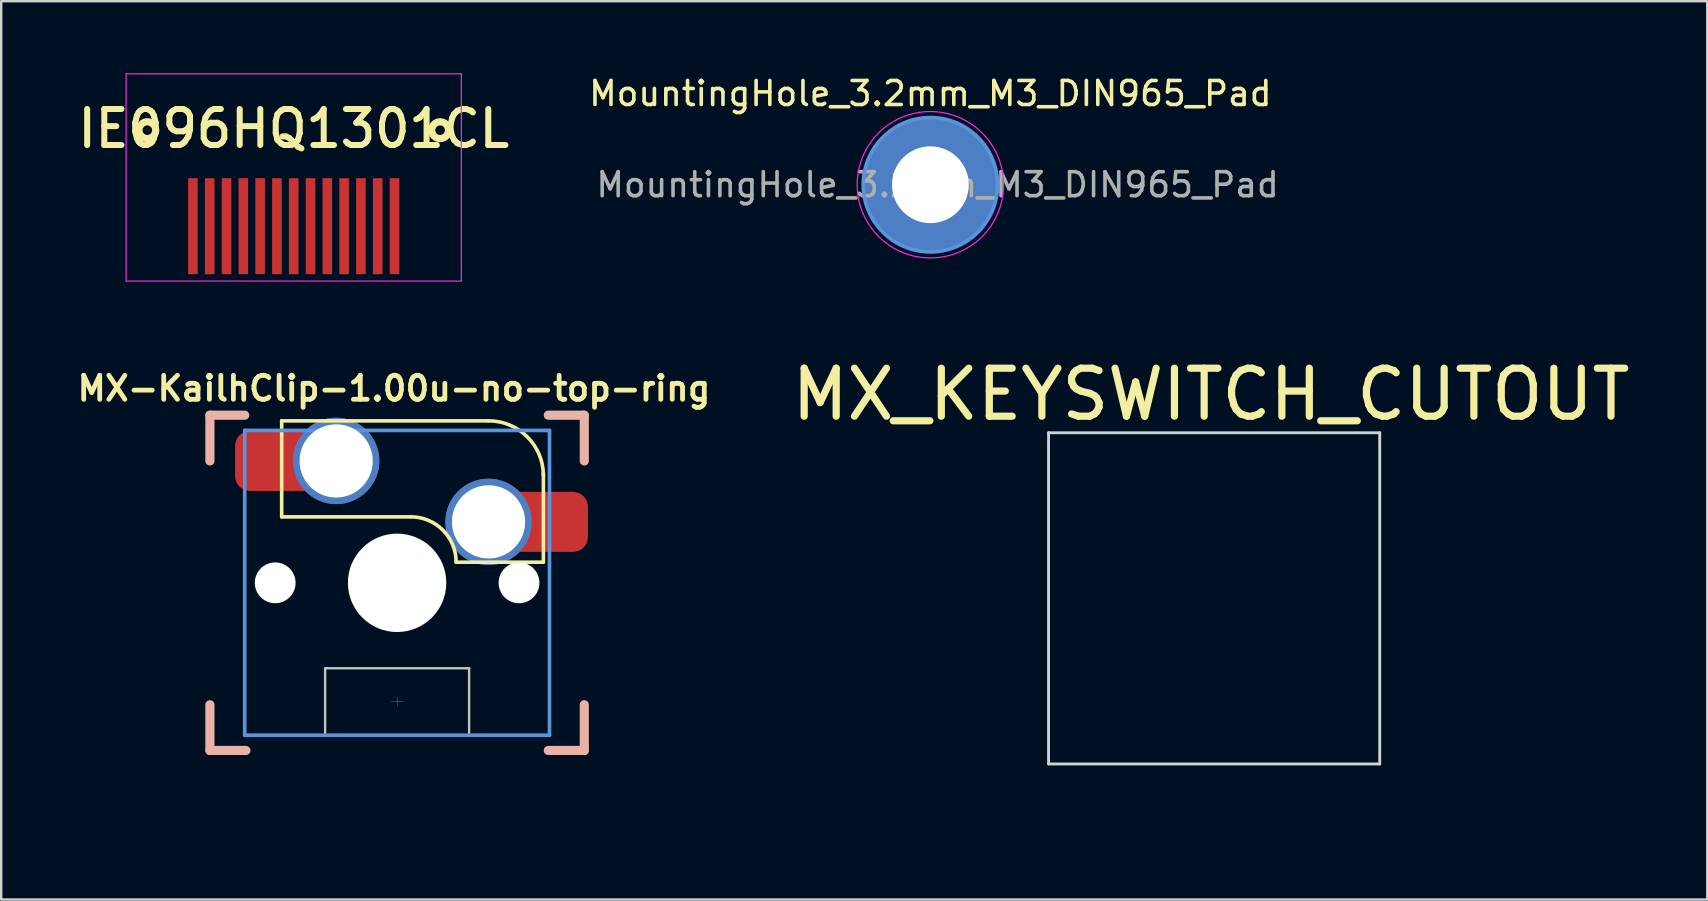
<source format=kicad_pcb>
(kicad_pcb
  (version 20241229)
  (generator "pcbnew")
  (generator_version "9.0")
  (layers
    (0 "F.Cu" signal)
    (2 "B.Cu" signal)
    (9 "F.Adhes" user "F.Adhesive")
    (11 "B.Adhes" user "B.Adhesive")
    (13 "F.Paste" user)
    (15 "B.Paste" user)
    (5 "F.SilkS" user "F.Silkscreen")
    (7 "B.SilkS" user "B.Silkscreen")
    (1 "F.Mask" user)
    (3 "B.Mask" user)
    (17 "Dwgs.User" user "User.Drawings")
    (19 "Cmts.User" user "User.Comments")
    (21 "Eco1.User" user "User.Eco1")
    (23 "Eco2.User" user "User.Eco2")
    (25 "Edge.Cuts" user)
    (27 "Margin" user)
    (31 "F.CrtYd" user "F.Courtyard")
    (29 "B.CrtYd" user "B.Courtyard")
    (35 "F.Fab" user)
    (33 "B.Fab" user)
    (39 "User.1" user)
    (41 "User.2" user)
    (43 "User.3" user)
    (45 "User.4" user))
  (footprint "IE096HQ1301CL"
    (layer "F.Cu")
    (at 9.189 6.375)
    (property "Reference" "IE096HQ1301CL" (at 0 -4.064 0) (layer "F.SilkS") (effects (font (size 1.5 1.5) (thickness 0.25))))
    (attr through_hole)
    (fp_circle (center -6.1 -4) (end -5.75 -4) (stroke (width 0.3) (type solid)) (fill no) (layer "F.SilkS"))
    (fp_circle (center 6.1 -4) (end 6.45 -4) (stroke (width 0.3) (type solid)) (fill no) (layer "F.SilkS"))
    (fp_line (start -6.985 -6.35) (end 6.985 -6.35) (stroke (width 0.05) (type solid)) (layer "F.CrtYd"))
    (fp_line (start -6.985 2.286) (end -6.985 -6.35) (stroke (width 0.05) (type solid)) (layer "F.CrtYd"))
    (fp_line (start -6.985 2.286) (end 6.985 2.286) (stroke (width 0.05) (type solid)) (layer "F.CrtYd"))
    (fp_line (start 6.985 -6.35) (end 6.985 2.286) (stroke (width 0.05) (type solid)) (layer "F.CrtYd"))
    (pad "1" smd rect (at -4.2 0) (size 0.4 4) (layers "F.Cu" "F.Mask" "F.Paste"))
    (pad "2" smd rect (at -3.5 0) (size 0.4 4) (layers "F.Cu" "F.Mask" "F.Paste"))
    (pad "3" smd rect (at -2.8 0) (size 0.4 4) (layers "F.Cu" "F.Mask" "F.Paste"))
    (pad "4" smd rect (at -2.1 0) (size 0.4 4) (layers "F.Cu" "F.Mask" "F.Paste"))
    (pad "5" smd rect (at -1.4 0) (size 0.4 4) (layers "F.Cu" "F.Mask" "F.Paste"))
    (pad "6" smd rect (at -0.7 0) (size 0.4 4) (layers "F.Cu" "F.Mask" "F.Paste"))
    (pad "7" smd rect (at 0 0) (size 0.4 4) (layers "F.Cu" "F.Mask" "F.Paste"))
    (pad "8" smd rect (at 0.7 0) (size 0.4 4) (layers "F.Cu" "F.Mask" "F.Paste"))
    (pad "9" smd rect (at 1.4 0) (size 0.4 4) (layers "F.Cu" "F.Mask" "F.Paste"))
    (pad "10" smd rect (at 2.1 0) (size 0.4 4) (layers "F.Cu" "F.Mask" "F.Paste"))
    (pad "11" smd rect (at 2.8 0) (size 0.4 4) (layers "F.Cu" "F.Mask" "F.Paste"))
    (pad "12" smd rect (at 3.5 0) (size 0.4 4) (layers "F.Cu" "F.Mask" "F.Paste"))
    (pad "13" smd rect (at 4.2 0) (size 0.4 4) (layers "F.Cu" "F.Mask" "F.Paste")))
  (footprint "MX-KailhClip-1.00u-no-top-ring"
    (layer "F.Cu")
    (at 13.497 21.236)
    (property "Reference" "MX-KailhClip-1.00u-no-top-ring" (at -0.13 -8.1 0) (layer "F.SilkS") (effects (font (size 1 1) (thickness 0.2))))
    (attr smd)
    (fp_line (start -4.81 -6.75) (end -4.81 -2.75) (stroke (width 0.15) (type solid)) (layer "F.SilkS"))
    (fp_line (start -4.81 -6.75) (end 3.81 -6.75) (stroke (width 0.15) (type solid)) (layer "F.SilkS"))
    (fp_line (start -4.81 -2.75) (end 0.55 -2.75) (stroke (width 0.15) (type solid)) (layer "F.SilkS"))
    (fp_line (start 6.088 -0.86) (end 2.46 -0.86) (stroke (width 0.15) (type solid)) (layer "F.SilkS"))
    (fp_line (start 6.096 -4.572) (end 6.096 -0.86) (stroke (width 0.15) (type solid)) (layer "F.SilkS"))
    (fp_arc (start 0.57 -2.75) (mid 1.906432 -2.196432) (end 2.46 -0.86) (stroke (width 0.15) (type solid)) (layer "F.SilkS"))
    (fp_arc (start 3.81 -6.751) (mid 5.426446 -6.081446) (end 6.096 -4.465) (stroke (width 0.15) (type solid)) (layer "F.SilkS"))
    (fp_line (start -7.8 -6.985) (end -6.35 -6.985) (stroke (width 0.381) (type solid)) (layer "B.SilkS"))
    (fp_line (start -7.8 -5.08) (end -7.8 -6.985) (stroke (width 0.381) (type solid)) (layer "B.SilkS"))
    (fp_line (start -7.8 6.985) (end -7.8 5.08) (stroke (width 0.381) (type solid)) (layer "B.SilkS"))
    (fp_line (start -6.3 6.985) (end -7.8 6.985) (stroke (width 0.381) (type solid)) (layer "B.SilkS"))
    (fp_line (start 6.3 -6.985) (end 7.8 -6.985) (stroke (width 0.381) (type solid)) (layer "B.SilkS"))
    (fp_line (start 7.8 -6.985) (end 7.8 -5.08) (stroke (width 0.381) (type solid)) (layer "B.SilkS"))
    (fp_line (start 7.8 5.08) (end 7.8 6.985) (stroke (width 0.381) (type solid)) (layer "B.SilkS"))
    (fp_line (start 7.8 6.985) (end 6.3 6.985) (stroke (width 0.381) (type solid)) (layer "B.SilkS"))
    (fp_line (start -9.55 0) (end -9.5 -0.1) (stroke (width 0.001) (type solid)) (layer "Dwgs.User"))
    (fp_line (start -9.55 0) (end -9.5 0.1) (stroke (width 0.001) (type solid)) (layer "Dwgs.User"))
    (fp_line (start -9.5 -9.5) (end 9.5 -9.5) (stroke (width 0.001) (type solid)) (layer "Dwgs.User"))
    (fp_line (start -9.5 0) (end -9.55 0) (stroke (width 0.001) (type solid)) (layer "Dwgs.User"))
    (fp_line (start -9.5 9.5) (end -9.5 -9.5) (stroke (width 0.001) (type solid)) (layer "Dwgs.User"))
    (fp_line (start -3 3.56) (end -3 6.36) (stroke (width 0.1) (type solid)) (layer "Dwgs.User"))
    (fp_line (start -3 3.56) (end 3 3.56) (stroke (width 0.1) (type solid)) (layer "Dwgs.User"))
    (fp_line (start -0.25 4.96) (end 0.25 4.96) (stroke (width 0.01) (type solid)) (layer "Dwgs.User"))
    (fp_line (start 0 -9.55) (end -0.1 -9.5) (stroke (width 0.001) (type solid)) (layer "Dwgs.User"))
    (fp_line (start 0 -9.55) (end 0.1 -9.5) (stroke (width 0.001) (type solid)) (layer "Dwgs.User"))
    (fp_line (start 0 -9.5) (end 0 -9.55) (stroke (width 0.001) (type solid)) (layer "Dwgs.User"))
    (fp_line (start 0 5.16) (end 0 4.76) (stroke (width 0.01) (type solid)) (layer "Dwgs.User"))
    (fp_line (start 0 9.5) (end 0 9.55) (stroke (width 0.001) (type solid)) (layer "Dwgs.User"))
    (fp_line (start 0 9.55) (end -0.1 9.5) (stroke (width 0.001) (type solid)) (layer "Dwgs.User"))
    (fp_line (start 0 9.55) (end 0.1 9.5) (stroke (width 0.001) (type solid)) (layer "Dwgs.User"))
    (fp_line (start 3 3.56) (end 3 6.36) (stroke (width 0.1) (type solid)) (layer "Dwgs.User"))
    (fp_line (start 3 6.36) (end -3 6.36) (stroke (width 0.1) (type solid)) (layer "Dwgs.User"))
    (fp_line (start 9.5 -9.5) (end 9.5 9.5) (stroke (width 0.001) (type solid)) (layer "Dwgs.User"))
    (fp_line (start 9.5 0) (end 9.55 0) (stroke (width 0.001) (type solid)) (layer "Dwgs.User"))
    (fp_line (start 9.5 9.5) (end -9.5 9.5) (stroke (width 0.001) (type solid)) (layer "Dwgs.User"))
    (fp_line (start 9.55 0) (end 9.5 -0.1) (stroke (width 0.001) (type solid)) (layer "Dwgs.User"))
    (fp_line (start 9.55 0) (end 9.5 0.1) (stroke (width 0.001) (type solid)) (layer "Dwgs.User"))
    (fp_line (start -6.35 -6.35) (end 6.35 -6.35) (stroke (width 0.152) (type solid)) (layer "Cmts.User"))
    (fp_line (start -6.35 6.35) (end -6.35 -6.35) (stroke (width 0.152) (type solid)) (layer "Cmts.User"))
    (fp_line (start 0 1) (end 0 -1) (stroke (width 0.001) (type solid)) (layer "Cmts.User"))
    (fp_line (start 1 0) (end -1 0) (stroke (width 0.001) (type solid)) (layer "Cmts.User"))
    (fp_line (start 6.35 -6.35) (end 6.35 6.35) (stroke (width 0.152) (type solid)) (layer "Cmts.User"))
    (fp_line (start 6.35 6.35) (end -6.35 6.35) (stroke (width 0.152) (type solid)) (layer "Cmts.User"))
    (fp_line (start -7.8 -6.985) (end 7.8 -6.985) (stroke (width 0.152) (type solid)) (layer "Eco1.User"))
    (fp_line (start -7.8 6.985) (end -7.8 -6.985) (stroke (width 0.152) (type solid)) (layer "Eco1.User"))
    (fp_line (start 7.8 -6.985) (end 7.8 6.985) (stroke (width 0.152) (type solid)) (layer "Eco1.User"))
    (fp_line (start 7.8 6.985) (end -7.8 6.985) (stroke (width 0.152) (type solid)) (layer "Eco1.User"))
    (fp_line (start -7 -7) (end 7 -7) (stroke (width 0.01) (type solid)) (layer "Eco2.User"))
    (fp_line (start -7 7) (end -7 -7) (stroke (width 0.01) (type solid)) (layer "Eco2.User"))
    (fp_line (start 7 -7) (end 7 7) (stroke (width 0.01) (type solid)) (layer "Eco2.User"))
    (fp_line (start 7 7) (end -7 7) (stroke (width 0.01) (type solid)) (layer "Eco2.User"))
    (pad "" np_thru_hole circle (at -5.08 0) (size 1.7 1.7) (drill 1.7) (layers "*.Cu" "*.Mask"))
    (pad "" np_thru_hole circle (at 0 0) (size 4.1 4.1) (drill 4.1) (layers "*.Cu" "*.Mask"))
    (pad "" np_thru_hole circle (at 5.08 0) (size 1.7 1.7) (drill 1.7) (layers "*.Cu" "*.Mask"))
    (pad "1" smd roundrect (at -5.7 -5.075) (size 2.05 2.4) (layers "F.Cu" "F.Mask" "F.Paste") (roundrect_rratio 0.25))
    (pad "1" smd roundrect (at -5 -5.08) (size 3.5 2.5) (layers "F.Cu") (roundrect_rratio 0.25))
    (pad "1" thru_hole circle (at -2.54 -5.08) (size 3.6 3.6) (drill 3.05) (layers "*.Cu" "F.Mask"))
    (pad "2" thru_hole circle (at 3.81 -2.54) (size 3.6 3.6) (drill 3.05) (layers "*.Cu" "F.Mask"))
    (pad "2" smd roundrect (at 6.2 -2.54) (size 3.5 2.5) (layers "F.Cu") (roundrect_rratio 0.25))
    (pad "2" smd roundrect (at 6.9 -2.54) (size 2.05 2.4) (layers "F.Cu" "F.Mask" "F.Paste") (roundrect_rratio 0.25)))
  (footprint "MX_KEYSWITCH_CUTOUT"
    (layer "F.Cu")
    (at 47.542 21.883)
    (property "Reference" "MX_KEYSWITCH_CUTOUT" (at -0.13 -8.5 0) (layer "F.SilkS") (effects (font (size 2 2) (thickness 0.3))))
    (attr smd)
    (fp_line (start -9.55 0) (end -9.5 -0.1) (stroke (width 0.001) (type solid)) (layer "Dwgs.User"))
    (fp_line (start -9.55 0) (end -9.5 0.1) (stroke (width 0.001) (type solid)) (layer "Dwgs.User"))
    (fp_line (start -9.5 -9.5) (end 9.5 -9.5) (stroke (width 0.001) (type solid)) (layer "Dwgs.User"))
    (fp_line (start -9.5 0) (end -9.55 0) (stroke (width 0.001) (type solid)) (layer "Dwgs.User"))
    (fp_line (start -9.5 9.5) (end -9.5 -9.5) (stroke (width 0.001) (type solid)) (layer "Dwgs.User"))
    (fp_line (start 0 -9.55) (end -0.1 -9.5) (stroke (width 0.001) (type solid)) (layer "Dwgs.User"))
    (fp_line (start 0 -9.55) (end 0.1 -9.5) (stroke (width 0.001) (type solid)) (layer "Dwgs.User"))
    (fp_line (start 0 -9.5) (end 0 -9.55) (stroke (width 0.001) (type solid)) (layer "Dwgs.User"))
    (fp_line (start 0 9.5) (end 0 9.55) (stroke (width 0.001) (type solid)) (layer "Dwgs.User"))
    (fp_line (start 0 9.55) (end -0.1 9.5) (stroke (width 0.001) (type solid)) (layer "Dwgs.User"))
    (fp_line (start 0 9.55) (end 0.1 9.5) (stroke (width 0.001) (type solid)) (layer "Dwgs.User"))
    (fp_line (start 9.5 -9.5) (end 9.5 9.5) (stroke (width 0.001) (type solid)) (layer "Dwgs.User"))
    (fp_line (start 9.5 0) (end 9.55 0) (stroke (width 0.001) (type solid)) (layer "Dwgs.User"))
    (fp_line (start 9.5 9.5) (end -9.5 9.5) (stroke (width 0.001) (type solid)) (layer "Dwgs.User"))
    (fp_line (start 9.55 0) (end 9.5 -0.1) (stroke (width 0.001) (type solid)) (layer "Dwgs.User"))
    (fp_line (start 9.55 0) (end 9.5 0.1) (stroke (width 0.001) (type solid)) (layer "Dwgs.User"))
    (fp_line (start -6.9 -6.9) (end -6.9 6.9) (stroke (width 0.12) (type solid)) (layer "Edge.Cuts"))
    (fp_line (start -6.9 -6.9) (end 6.9 -6.9) (stroke (width 0.12) (type solid)) (layer "Edge.Cuts"))
    (fp_line (start 6.9 -6.9) (end 6.9 6.9) (stroke (width 0.12) (type solid)) (layer "Edge.Cuts"))
    (fp_line (start 6.9 6.9) (end -6.9 6.9) (stroke (width 0.12) (type solid)) (layer "Edge.Cuts")))
  (footprint "MountingHole_3.2mm_M3_DIN965_Pad"
    (layer "F.Cu")
    (at 35.718 4.648)
    (property "Reference" "MountingHole_3.2mm_M3_DIN965_Pad" (at 0 -3.8 0) (layer "F.SilkS") (effects (font (size 1 1) (thickness 0.15))))
    (attr exclude_from_pos_files exclude_from_bom)
    (fp_circle (center 0 0) (end 2.8 0) (stroke (width 0.15) (type solid)) (fill no) (layer "Cmts.User"))
    (fp_circle (center 0 0) (end 3.05 0) (stroke (width 0.05) (type solid)) (fill no) (layer "F.CrtYd"))
    (fp_text user "${REFERENCE}" (at 0.3 0 0) (layer "F.Fab") (effects (font (size 1 1) (thickness 0.15))))
    (pad "1" thru_hole circle (at 0 0) (size 5.6 5.6) (drill 3.2) (layers "*.Cu" "*.Mask")))
  (gr_rect
    (start -3 -3)
    (end 68.09 34.433)
    (stroke (width 0.1) (type default))
    (fill no)
    (layer "Edge.Cuts")))
</source>
